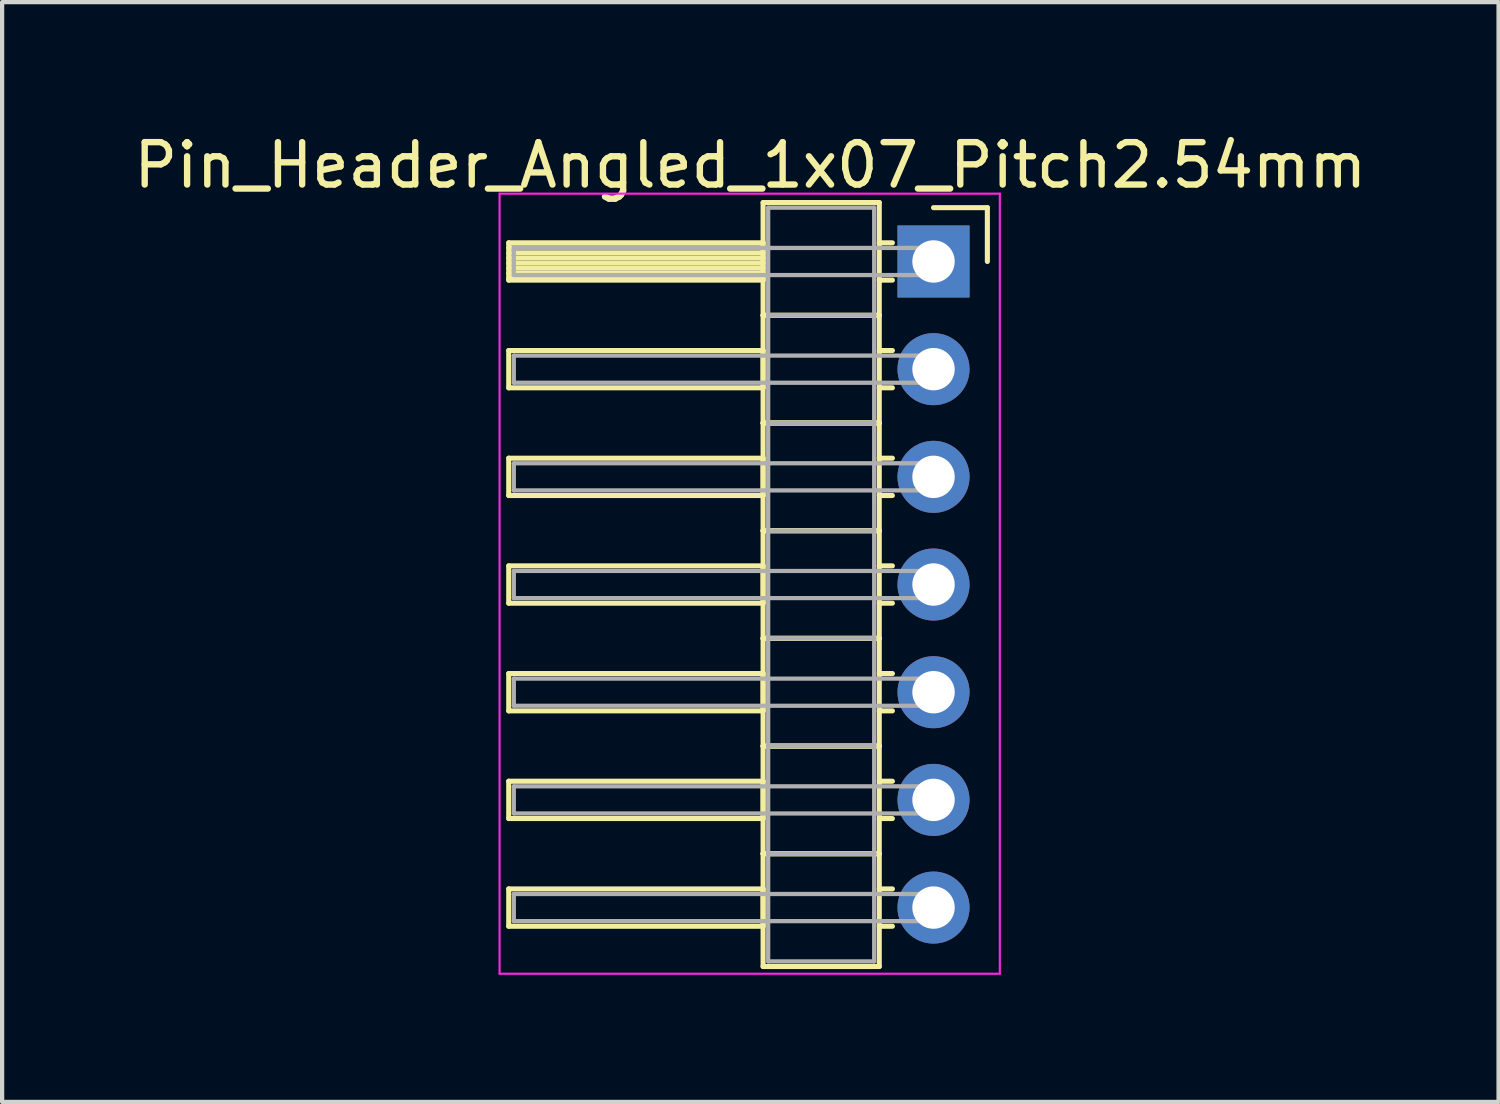
<source format=kicad_pcb>
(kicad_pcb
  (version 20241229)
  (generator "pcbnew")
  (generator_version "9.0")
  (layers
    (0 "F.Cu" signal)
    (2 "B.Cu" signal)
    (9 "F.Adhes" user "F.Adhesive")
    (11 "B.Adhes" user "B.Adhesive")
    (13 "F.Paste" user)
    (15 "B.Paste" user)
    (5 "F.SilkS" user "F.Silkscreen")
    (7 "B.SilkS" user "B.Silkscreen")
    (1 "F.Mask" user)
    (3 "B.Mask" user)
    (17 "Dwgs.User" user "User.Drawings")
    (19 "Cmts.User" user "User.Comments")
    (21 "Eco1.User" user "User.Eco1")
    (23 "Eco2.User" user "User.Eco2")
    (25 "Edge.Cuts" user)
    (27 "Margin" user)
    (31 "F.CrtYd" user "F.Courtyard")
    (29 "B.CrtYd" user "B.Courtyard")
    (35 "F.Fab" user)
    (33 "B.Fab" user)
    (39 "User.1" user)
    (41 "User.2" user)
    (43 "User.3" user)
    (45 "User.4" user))
  (footprint "Pin_Header_Angled_1x07_Pitch2.54mm"
    (layer "F.Cu")
    (at 10.334 3.118)
    (property "Reference" "Pin_Header_Angled_1x07_Pitch2.54mm" (at 4.315 -2.27 0) (layer "F.SilkS") (effects (font (size 1 1) (thickness 0.15))))
    (attr through_hole)
    (fp_line (start -1.384 -0.44) (end 4.616 -0.44) (stroke (width 0.12) (type solid)) (layer "F.SilkS"))
    (fp_line (start -1.384 0.44) (end -1.384 -0.44) (stroke (width 0.12) (type solid)) (layer "F.SilkS"))
    (fp_line (start -1.384 2.1) (end 4.616 2.1) (stroke (width 0.12) (type solid)) (layer "F.SilkS"))
    (fp_line (start -1.384 2.98) (end -1.384 2.1) (stroke (width 0.12) (type solid)) (layer "F.SilkS"))
    (fp_line (start -1.384 4.64) (end 4.616 4.64) (stroke (width 0.12) (type solid)) (layer "F.SilkS"))
    (fp_line (start -1.384 5.52) (end -1.384 4.64) (stroke (width 0.12) (type solid)) (layer "F.SilkS"))
    (fp_line (start -1.384 7.18) (end 4.616 7.18) (stroke (width 0.12) (type solid)) (layer "F.SilkS"))
    (fp_line (start -1.384 8.06) (end -1.384 7.18) (stroke (width 0.12) (type solid)) (layer "F.SilkS"))
    (fp_line (start -1.384 9.72) (end 4.616 9.72) (stroke (width 0.12) (type solid)) (layer "F.SilkS"))
    (fp_line (start -1.384 10.6) (end -1.384 9.72) (stroke (width 0.12) (type solid)) (layer "F.SilkS"))
    (fp_line (start -1.384 12.26) (end 4.616 12.26) (stroke (width 0.12) (type solid)) (layer "F.SilkS"))
    (fp_line (start -1.384 13.14) (end -1.384 12.26) (stroke (width 0.12) (type solid)) (layer "F.SilkS"))
    (fp_line (start -1.384 14.8) (end 4.616 14.8) (stroke (width 0.12) (type solid)) (layer "F.SilkS"))
    (fp_line (start -1.384 15.68) (end -1.384 14.8) (stroke (width 0.12) (type solid)) (layer "F.SilkS"))
    (fp_line (start 4.616 -1.39) (end 7.356 -1.39) (stroke (width 0.12) (type solid)) (layer "F.SilkS"))
    (fp_line (start 4.616 -0.44) (end 4.616 0.44) (stroke (width 0.12) (type solid)) (layer "F.SilkS"))
    (fp_line (start 4.616 -0.32) (end -1.384 -0.32) (stroke (width 0.12) (type solid)) (layer "F.SilkS"))
    (fp_line (start 4.616 -0.2) (end -1.384 -0.2) (stroke (width 0.12) (type solid)) (layer "F.SilkS"))
    (fp_line (start 4.616 -0.08) (end -1.384 -0.08) (stroke (width 0.12) (type solid)) (layer "F.SilkS"))
    (fp_line (start 4.616 0.04) (end -1.384 0.04) (stroke (width 0.12) (type solid)) (layer "F.SilkS"))
    (fp_line (start 4.616 0.16) (end -1.384 0.16) (stroke (width 0.12) (type solid)) (layer "F.SilkS"))
    (fp_line (start 4.616 0.28) (end -1.384 0.28) (stroke (width 0.12) (type solid)) (layer "F.SilkS"))
    (fp_line (start 4.616 0.4) (end -1.384 0.4) (stroke (width 0.12) (type solid)) (layer "F.SilkS"))
    (fp_line (start 4.616 0.44) (end -1.384 0.44) (stroke (width 0.12) (type solid)) (layer "F.SilkS"))
    (fp_line (start 4.616 1.27) (end 4.616 -1.39) (stroke (width 0.12) (type solid)) (layer "F.SilkS"))
    (fp_line (start 4.616 1.27) (end 7.356 1.27) (stroke (width 0.12) (type solid)) (layer "F.SilkS"))
    (fp_line (start 4.616 2.1) (end 4.616 2.98) (stroke (width 0.12) (type solid)) (layer "F.SilkS"))
    (fp_line (start 4.616 2.98) (end -1.384 2.98) (stroke (width 0.12) (type solid)) (layer "F.SilkS"))
    (fp_line (start 4.616 3.81) (end 4.616 1.27) (stroke (width 0.12) (type solid)) (layer "F.SilkS"))
    (fp_line (start 4.616 3.81) (end 7.356 3.81) (stroke (width 0.12) (type solid)) (layer "F.SilkS"))
    (fp_line (start 4.616 4.64) (end 4.616 5.52) (stroke (width 0.12) (type solid)) (layer "F.SilkS"))
    (fp_line (start 4.616 5.52) (end -1.384 5.52) (stroke (width 0.12) (type solid)) (layer "F.SilkS"))
    (fp_line (start 4.616 6.35) (end 4.616 3.81) (stroke (width 0.12) (type solid)) (layer "F.SilkS"))
    (fp_line (start 4.616 6.35) (end 7.356 6.35) (stroke (width 0.12) (type solid)) (layer "F.SilkS"))
    (fp_line (start 4.616 7.18) (end 4.616 8.06) (stroke (width 0.12) (type solid)) (layer "F.SilkS"))
    (fp_line (start 4.616 8.06) (end -1.384 8.06) (stroke (width 0.12) (type solid)) (layer "F.SilkS"))
    (fp_line (start 4.616 8.89) (end 4.616 6.35) (stroke (width 0.12) (type solid)) (layer "F.SilkS"))
    (fp_line (start 4.616 8.89) (end 7.356 8.89) (stroke (width 0.12) (type solid)) (layer "F.SilkS"))
    (fp_line (start 4.616 9.72) (end 4.616 10.6) (stroke (width 0.12) (type solid)) (layer "F.SilkS"))
    (fp_line (start 4.616 10.6) (end -1.384 10.6) (stroke (width 0.12) (type solid)) (layer "F.SilkS"))
    (fp_line (start 4.616 11.43) (end 4.616 8.89) (stroke (width 0.12) (type solid)) (layer "F.SilkS"))
    (fp_line (start 4.616 11.43) (end 7.356 11.43) (stroke (width 0.12) (type solid)) (layer "F.SilkS"))
    (fp_line (start 4.616 12.26) (end 4.616 13.14) (stroke (width 0.12) (type solid)) (layer "F.SilkS"))
    (fp_line (start 4.616 13.14) (end -1.384 13.14) (stroke (width 0.12) (type solid)) (layer "F.SilkS"))
    (fp_line (start 4.616 13.97) (end 4.616 11.43) (stroke (width 0.12) (type solid)) (layer "F.SilkS"))
    (fp_line (start 4.616 13.97) (end 7.356 13.97) (stroke (width 0.12) (type solid)) (layer "F.SilkS"))
    (fp_line (start 4.616 14.8) (end 4.616 15.68) (stroke (width 0.12) (type solid)) (layer "F.SilkS"))
    (fp_line (start 4.616 15.68) (end -1.384 15.68) (stroke (width 0.12) (type solid)) (layer "F.SilkS"))
    (fp_line (start 4.616 16.63) (end 4.616 13.97) (stroke (width 0.12) (type solid)) (layer "F.SilkS"))
    (fp_line (start 7.356 -1.39) (end 7.356 1.27) (stroke (width 0.12) (type solid)) (layer "F.SilkS"))
    (fp_line (start 7.356 1.27) (end 4.616 1.27) (stroke (width 0.12) (type solid)) (layer "F.SilkS"))
    (fp_line (start 7.356 1.27) (end 7.356 3.81) (stroke (width 0.12) (type solid)) (layer "F.SilkS"))
    (fp_line (start 7.356 3.81) (end 4.616 3.81) (stroke (width 0.12) (type solid)) (layer "F.SilkS"))
    (fp_line (start 7.356 3.81) (end 7.356 6.35) (stroke (width 0.12) (type solid)) (layer "F.SilkS"))
    (fp_line (start 7.356 6.35) (end 4.616 6.35) (stroke (width 0.12) (type solid)) (layer "F.SilkS"))
    (fp_line (start 7.356 6.35) (end 7.356 8.89) (stroke (width 0.12) (type solid)) (layer "F.SilkS"))
    (fp_line (start 7.356 8.89) (end 4.616 8.89) (stroke (width 0.12) (type solid)) (layer "F.SilkS"))
    (fp_line (start 7.356 8.89) (end 7.356 11.43) (stroke (width 0.12) (type solid)) (layer "F.SilkS"))
    (fp_line (start 7.356 11.43) (end 4.616 11.43) (stroke (width 0.12) (type solid)) (layer "F.SilkS"))
    (fp_line (start 7.356 11.43) (end 7.356 13.97) (stroke (width 0.12) (type solid)) (layer "F.SilkS"))
    (fp_line (start 7.356 13.97) (end 4.616 13.97) (stroke (width 0.12) (type solid)) (layer "F.SilkS"))
    (fp_line (start 7.356 13.97) (end 7.356 16.63) (stroke (width 0.12) (type solid)) (layer "F.SilkS"))
    (fp_line (start 7.356 16.63) (end 4.616 16.63) (stroke (width 0.12) (type solid)) (layer "F.SilkS"))
    (fp_line (start 7.666 -0.44) (end 7.356 -0.44) (stroke (width 0.12) (type solid)) (layer "F.SilkS"))
    (fp_line (start 7.666 0.44) (end 7.356 0.44) (stroke (width 0.12) (type solid)) (layer "F.SilkS"))
    (fp_line (start 7.666 2.1) (end 7.356 2.1) (stroke (width 0.12) (type solid)) (layer "F.SilkS"))
    (fp_line (start 7.666 2.98) (end 7.356 2.98) (stroke (width 0.12) (type solid)) (layer "F.SilkS"))
    (fp_line (start 7.666 4.64) (end 7.356 4.64) (stroke (width 0.12) (type solid)) (layer "F.SilkS"))
    (fp_line (start 7.666 5.52) (end 7.356 5.52) (stroke (width 0.12) (type solid)) (layer "F.SilkS"))
    (fp_line (start 7.666 7.18) (end 7.356 7.18) (stroke (width 0.12) (type solid)) (layer "F.SilkS"))
    (fp_line (start 7.666 8.06) (end 7.356 8.06) (stroke (width 0.12) (type solid)) (layer "F.SilkS"))
    (fp_line (start 7.666 9.72) (end 7.356 9.72) (stroke (width 0.12) (type solid)) (layer "F.SilkS"))
    (fp_line (start 7.666 10.6) (end 7.356 10.6) (stroke (width 0.12) (type solid)) (layer "F.SilkS"))
    (fp_line (start 7.666 12.26) (end 7.356 12.26) (stroke (width 0.12) (type solid)) (layer "F.SilkS"))
    (fp_line (start 7.666 13.14) (end 7.356 13.14) (stroke (width 0.12) (type solid)) (layer "F.SilkS"))
    (fp_line (start 7.666 14.8) (end 7.356 14.8) (stroke (width 0.12) (type solid)) (layer "F.SilkS"))
    (fp_line (start 7.666 15.68) (end 7.356 15.68) (stroke (width 0.12) (type solid)) (layer "F.SilkS"))
    (fp_line (start 9.906 -1.27) (end 8.636 -1.27) (stroke (width 0.12) (type solid)) (layer "F.SilkS"))
    (fp_line (start 9.906 0) (end 9.906 -1.27) (stroke (width 0.12) (type solid)) (layer "F.SilkS"))
    (fp_line (start -1.6 -1.6) (end -1.6 16.8) (stroke (width 0.05) (type solid)) (layer "F.CrtYd"))
    (fp_line (start -1.6 16.8) (end 10.2 16.8) (stroke (width 0.05) (type solid)) (layer "F.CrtYd"))
    (fp_line (start 10.2 -1.6) (end -1.6 -1.6) (stroke (width 0.05) (type solid)) (layer "F.CrtYd"))
    (fp_line (start 10.2 16.8) (end 10.2 -1.6) (stroke (width 0.05) (type solid)) (layer "F.CrtYd"))
    (fp_line (start -1.264 -0.32) (end 8.636 -0.32) (stroke (width 0.1) (type solid)) (layer "F.Fab"))
    (fp_line (start -1.264 0.32) (end -1.264 -0.32) (stroke (width 0.1) (type solid)) (layer "F.Fab"))
    (fp_line (start -1.264 2.22) (end 8.636 2.22) (stroke (width 0.1) (type solid)) (layer "F.Fab"))
    (fp_line (start -1.264 2.86) (end -1.264 2.22) (stroke (width 0.1) (type solid)) (layer "F.Fab"))
    (fp_line (start -1.264 4.76) (end 8.636 4.76) (stroke (width 0.1) (type solid)) (layer "F.Fab"))
    (fp_line (start -1.264 5.4) (end -1.264 4.76) (stroke (width 0.1) (type solid)) (layer "F.Fab"))
    (fp_line (start -1.264 7.3) (end 8.636 7.3) (stroke (width 0.1) (type solid)) (layer "F.Fab"))
    (fp_line (start -1.264 7.94) (end -1.264 7.3) (stroke (width 0.1) (type solid)) (layer "F.Fab"))
    (fp_line (start -1.264 9.84) (end 8.636 9.84) (stroke (width 0.1) (type solid)) (layer "F.Fab"))
    (fp_line (start -1.264 10.48) (end -1.264 9.84) (stroke (width 0.1) (type solid)) (layer "F.Fab"))
    (fp_line (start -1.264 12.38) (end 8.636 12.38) (stroke (width 0.1) (type solid)) (layer "F.Fab"))
    (fp_line (start -1.264 13.02) (end -1.264 12.38) (stroke (width 0.1) (type solid)) (layer "F.Fab"))
    (fp_line (start -1.264 14.92) (end 8.636 14.92) (stroke (width 0.1) (type solid)) (layer "F.Fab"))
    (fp_line (start -1.264 15.56) (end -1.264 14.92) (stroke (width 0.1) (type solid)) (layer "F.Fab"))
    (fp_line (start 4.736 -1.27) (end 7.236 -1.27) (stroke (width 0.1) (type solid)) (layer "F.Fab"))
    (fp_line (start 4.736 1.27) (end 4.736 -1.27) (stroke (width 0.1) (type solid)) (layer "F.Fab"))
    (fp_line (start 4.736 1.27) (end 7.236 1.27) (stroke (width 0.1) (type solid)) (layer "F.Fab"))
    (fp_line (start 4.736 3.81) (end 4.736 1.27) (stroke (width 0.1) (type solid)) (layer "F.Fab"))
    (fp_line (start 4.736 3.81) (end 7.236 3.81) (stroke (width 0.1) (type solid)) (layer "F.Fab"))
    (fp_line (start 4.736 6.35) (end 4.736 3.81) (stroke (width 0.1) (type solid)) (layer "F.Fab"))
    (fp_line (start 4.736 6.35) (end 7.236 6.35) (stroke (width 0.1) (type solid)) (layer "F.Fab"))
    (fp_line (start 4.736 8.89) (end 4.736 6.35) (stroke (width 0.1) (type solid)) (layer "F.Fab"))
    (fp_line (start 4.736 8.89) (end 7.236 8.89) (stroke (width 0.1) (type solid)) (layer "F.Fab"))
    (fp_line (start 4.736 11.43) (end 4.736 8.89) (stroke (width 0.1) (type solid)) (layer "F.Fab"))
    (fp_line (start 4.736 11.43) (end 7.236 11.43) (stroke (width 0.1) (type solid)) (layer "F.Fab"))
    (fp_line (start 4.736 13.97) (end 4.736 11.43) (stroke (width 0.1) (type solid)) (layer "F.Fab"))
    (fp_line (start 4.736 13.97) (end 7.236 13.97) (stroke (width 0.1) (type solid)) (layer "F.Fab"))
    (fp_line (start 4.736 16.51) (end 4.736 13.97) (stroke (width 0.1) (type solid)) (layer "F.Fab"))
    (fp_line (start 7.236 -1.27) (end 7.236 1.27) (stroke (width 0.1) (type solid)) (layer "F.Fab"))
    (fp_line (start 7.236 1.27) (end 4.736 1.27) (stroke (width 0.1) (type solid)) (layer "F.Fab"))
    (fp_line (start 7.236 1.27) (end 7.236 3.81) (stroke (width 0.1) (type solid)) (layer "F.Fab"))
    (fp_line (start 7.236 3.81) (end 4.736 3.81) (stroke (width 0.1) (type solid)) (layer "F.Fab"))
    (fp_line (start 7.236 3.81) (end 7.236 6.35) (stroke (width 0.1) (type solid)) (layer "F.Fab"))
    (fp_line (start 7.236 6.35) (end 4.736 6.35) (stroke (width 0.1) (type solid)) (layer "F.Fab"))
    (fp_line (start 7.236 6.35) (end 7.236 8.89) (stroke (width 0.1) (type solid)) (layer "F.Fab"))
    (fp_line (start 7.236 8.89) (end 4.736 8.89) (stroke (width 0.1) (type solid)) (layer "F.Fab"))
    (fp_line (start 7.236 8.89) (end 7.236 11.43) (stroke (width 0.1) (type solid)) (layer "F.Fab"))
    (fp_line (start 7.236 11.43) (end 4.736 11.43) (stroke (width 0.1) (type solid)) (layer "F.Fab"))
    (fp_line (start 7.236 11.43) (end 7.236 13.97) (stroke (width 0.1) (type solid)) (layer "F.Fab"))
    (fp_line (start 7.236 13.97) (end 4.736 13.97) (stroke (width 0.1) (type solid)) (layer "F.Fab"))
    (fp_line (start 7.236 13.97) (end 7.236 16.51) (stroke (width 0.1) (type solid)) (layer "F.Fab"))
    (fp_line (start 7.236 16.51) (end 4.736 16.51) (stroke (width 0.1) (type solid)) (layer "F.Fab"))
    (fp_line (start 8.636 -0.32) (end 8.636 0.32) (stroke (width 0.1) (type solid)) (layer "F.Fab"))
    (fp_line (start 8.636 0.32) (end -1.264 0.32) (stroke (width 0.1) (type solid)) (layer "F.Fab"))
    (fp_line (start 8.636 2.22) (end 8.636 2.86) (stroke (width 0.1) (type solid)) (layer "F.Fab"))
    (fp_line (start 8.636 2.86) (end -1.264 2.86) (stroke (width 0.1) (type solid)) (layer "F.Fab"))
    (fp_line (start 8.636 4.76) (end 8.636 5.4) (stroke (width 0.1) (type solid)) (layer "F.Fab"))
    (fp_line (start 8.636 5.4) (end -1.264 5.4) (stroke (width 0.1) (type solid)) (layer "F.Fab"))
    (fp_line (start 8.636 7.3) (end 8.636 7.94) (stroke (width 0.1) (type solid)) (layer "F.Fab"))
    (fp_line (start 8.636 7.94) (end -1.264 7.94) (stroke (width 0.1) (type solid)) (layer "F.Fab"))
    (fp_line (start 8.636 9.84) (end 8.636 10.48) (stroke (width 0.1) (type solid)) (layer "F.Fab"))
    (fp_line (start 8.636 10.48) (end -1.264 10.48) (stroke (width 0.1) (type solid)) (layer "F.Fab"))
    (fp_line (start 8.636 12.38) (end 8.636 13.02) (stroke (width 0.1) (type solid)) (layer "F.Fab"))
    (fp_line (start 8.636 13.02) (end -1.264 13.02) (stroke (width 0.1) (type solid)) (layer "F.Fab"))
    (fp_line (start 8.636 14.92) (end 8.636 15.56) (stroke (width 0.1) (type solid)) (layer "F.Fab"))
    (fp_line (start 8.636 15.56) (end -1.264 15.56) (stroke (width 0.1) (type solid)) (layer "F.Fab"))
    (pad "1" thru_hole rect (at 8.636 0) (size 1.7 1.7) (drill 1) (layers "*.Cu" "*.Mask"))
    (pad "2" thru_hole oval (at 8.636 2.54) (size 1.7 1.7) (drill 1) (layers "*.Cu" "*.Mask"))
    (pad "3" thru_hole oval (at 8.636 5.08) (size 1.7 1.7) (drill 1) (layers "*.Cu" "*.Mask"))
    (pad "4" thru_hole oval (at 8.636 7.62) (size 1.7 1.7) (drill 1) (layers "*.Cu" "*.Mask"))
    (pad "5" thru_hole oval (at 8.636 10.16) (size 1.7 1.7) (drill 1) (layers "*.Cu" "*.Mask"))
    (pad "6" thru_hole oval (at 8.636 12.7) (size 1.7 1.7) (drill 1) (layers "*.Cu" "*.Mask"))
    (pad "7" thru_hole oval (at 8.636 15.24) (size 1.7 1.7) (drill 1) (layers "*.Cu" "*.Mask")))
  (gr_rect
    (start -3 -3)
    (end 32.298 22.943)
    (stroke (width 0.1) (type default))
    (fill no)
    (layer "Edge.Cuts")))
</source>
